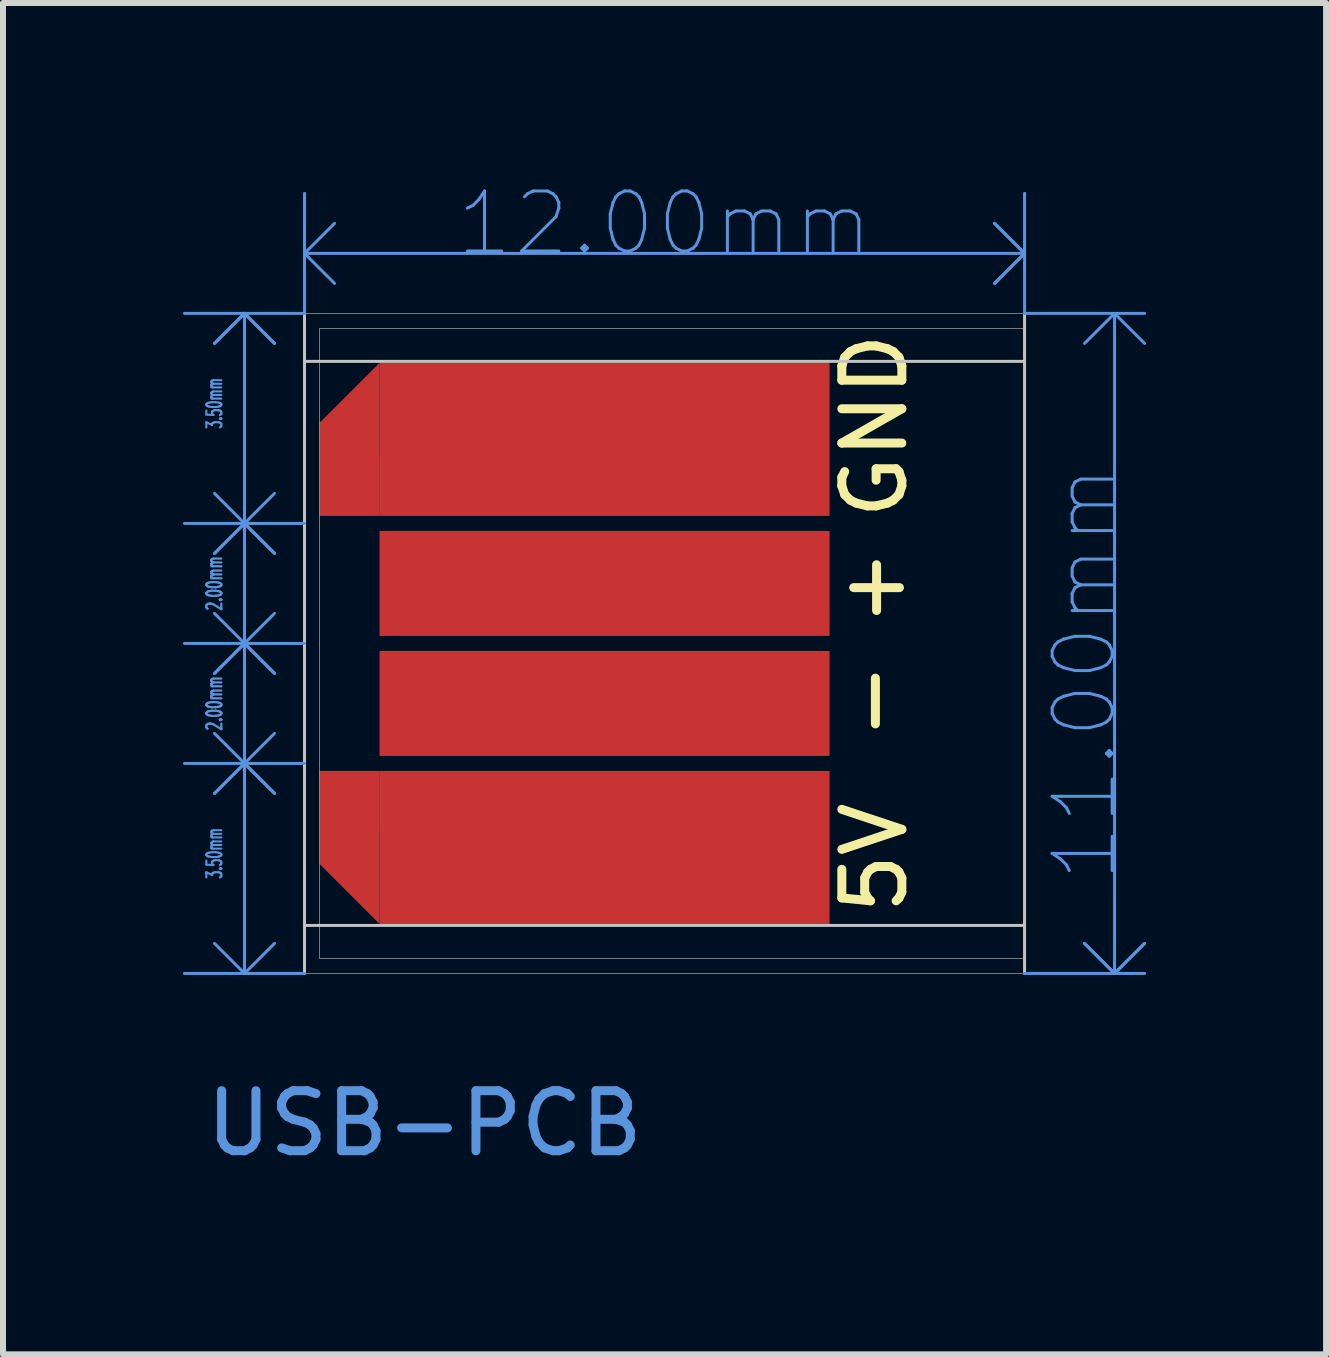
<source format=kicad_pcb>
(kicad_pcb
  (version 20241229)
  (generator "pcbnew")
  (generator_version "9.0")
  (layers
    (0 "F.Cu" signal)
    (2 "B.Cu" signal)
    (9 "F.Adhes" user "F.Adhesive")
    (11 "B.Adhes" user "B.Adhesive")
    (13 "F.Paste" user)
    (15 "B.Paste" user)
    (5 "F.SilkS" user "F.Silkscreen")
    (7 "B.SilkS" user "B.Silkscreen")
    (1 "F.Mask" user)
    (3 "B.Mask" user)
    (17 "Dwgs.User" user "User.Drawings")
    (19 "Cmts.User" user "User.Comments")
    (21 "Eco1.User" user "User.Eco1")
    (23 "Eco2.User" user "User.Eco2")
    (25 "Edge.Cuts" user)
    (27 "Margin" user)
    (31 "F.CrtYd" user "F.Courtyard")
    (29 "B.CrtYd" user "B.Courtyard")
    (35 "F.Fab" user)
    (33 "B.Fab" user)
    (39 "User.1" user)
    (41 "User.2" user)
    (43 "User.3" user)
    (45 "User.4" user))
  (footprint "USB-PCB"
    (layer "F.Cu")
    (at 2.025 13.173)
    (property "Reference" "USB-PCB" (at 2 2.5 0) (layer "Cmts.User") (effects (font (size 1 1) (thickness 0.15))))
    (attr through_hole)
    (fp_line (start 0 0) (end 0 -11) (stroke (width 0.05) (type solid)) (layer "Dwgs.User"))
    (fp_line (start 12 -10.2) (end 0 -10.2) (stroke (width 0.05) (type solid)) (layer "Dwgs.User"))
    (fp_line (start 12 -0.8) (end 0 -0.8) (stroke (width 0.05) (type solid)) (layer "Dwgs.User"))
    (fp_line (start 12 0) (end 12 -11) (stroke (width 0.05) (type solid)) (layer "Dwgs.User"))
    (fp_poly (pts (xy 0 0) (xy 12 0) (xy 12 -0.25) (xy 0.25 -0.25) (xy 0.25 -10.75) (xy 12 -10.75) (xy 12 -11) (xy 0 -11) (xy 0 0)) (stroke (width 0.01) (type solid)) (fill no) (layer "Dwgs.User"))
    (fp_line (start -1.5 -10.5) (end -1 -11) (stroke (width 0.05) (type solid)) (layer "Cmts.User"))
    (fp_line (start -1.5 -7) (end -1 -7.5) (stroke (width 0.05) (type solid)) (layer "Cmts.User"))
    (fp_line (start -1.5 -5) (end -1 -5.5) (stroke (width 0.05) (type solid)) (layer "Cmts.User"))
    (fp_line (start -1.5 -3) (end -1 -3.5) (stroke (width 0.05) (type solid)) (layer "Cmts.User"))
    (fp_line (start -1 -11) (end -1.5 -10.5) (stroke (width 0.05) (type solid)) (layer "Cmts.User"))
    (fp_line (start -1 -11) (end -1 -7.5) (stroke (width 0.05) (type solid)) (layer "Cmts.User"))
    (fp_line (start -1 -11) (end -0.5 -10.5) (stroke (width 0.05) (type solid)) (layer "Cmts.User"))
    (fp_line (start -1 -7.5) (end -1.5 -8) (stroke (width 0.05) (type solid)) (layer "Cmts.User"))
    (fp_line (start -1 -7.5) (end -1.5 -7) (stroke (width 0.05) (type solid)) (layer "Cmts.User"))
    (fp_line (start -1 -7.5) (end -1 -5.5) (stroke (width 0.05) (type solid)) (layer "Cmts.User"))
    (fp_line (start -1 -7.5) (end -0.5 -8) (stroke (width 0.05) (type solid)) (layer "Cmts.User"))
    (fp_line (start -1 -7.5) (end -0.5 -7) (stroke (width 0.05) (type solid)) (layer "Cmts.User"))
    (fp_line (start -1 -5.5) (end -1.5 -6) (stroke (width 0.05) (type solid)) (layer "Cmts.User"))
    (fp_line (start -1 -5.5) (end -1.5 -5) (stroke (width 0.05) (type solid)) (layer "Cmts.User"))
    (fp_line (start -1 -5.5) (end -1 -3.5) (stroke (width 0.05) (type solid)) (layer "Cmts.User"))
    (fp_line (start -1 -5.5) (end -0.5 -6) (stroke (width 0.05) (type solid)) (layer "Cmts.User"))
    (fp_line (start -1 -5.5) (end -0.5 -5) (stroke (width 0.05) (type solid)) (layer "Cmts.User"))
    (fp_line (start -1 -3.5) (end -1.5 -4) (stroke (width 0.05) (type solid)) (layer "Cmts.User"))
    (fp_line (start -1 -3.5) (end -1.5 -3) (stroke (width 0.05) (type solid)) (layer "Cmts.User"))
    (fp_line (start -1 -3.5) (end -1 0) (stroke (width 0.05) (type solid)) (layer "Cmts.User"))
    (fp_line (start -1 -3.5) (end -0.5 -4) (stroke (width 0.05) (type solid)) (layer "Cmts.User"))
    (fp_line (start -1 -3.5) (end -0.5 -3) (stroke (width 0.05) (type solid)) (layer "Cmts.User"))
    (fp_line (start -1 0) (end -1.5 -0.5) (stroke (width 0.05) (type solid)) (layer "Cmts.User"))
    (fp_line (start -1 0) (end -0.5 -0.5) (stroke (width 0.05) (type solid)) (layer "Cmts.User"))
    (fp_line (start -0.5 -10.5) (end -1 -11) (stroke (width 0.05) (type solid)) (layer "Cmts.User"))
    (fp_line (start -0.5 -7) (end -1 -7.5) (stroke (width 0.05) (type solid)) (layer "Cmts.User"))
    (fp_line (start -0.5 -5) (end -1 -5.5) (stroke (width 0.05) (type solid)) (layer "Cmts.User"))
    (fp_line (start -0.5 -3) (end -1 -3.5) (stroke (width 0.05) (type solid)) (layer "Cmts.User"))
    (fp_line (start 0 -12) (end 0.5 -12.5) (stroke (width 0.05) (type solid)) (layer "Cmts.User"))
    (fp_line (start 0 -12) (end 0.5 -11.5) (stroke (width 0.05) (type solid)) (layer "Cmts.User"))
    (fp_line (start 0 -11) (end -2 -11) (stroke (width 0.05) (type solid)) (layer "Cmts.User"))
    (fp_line (start 0 -11) (end 0 -13) (stroke (width 0.05) (type solid)) (layer "Cmts.User"))
    (fp_line (start 0 -7.5) (end -2 -7.5) (stroke (width 0.05) (type solid)) (layer "Cmts.User"))
    (fp_line (start 0 -5.5) (end -2 -5.5) (stroke (width 0.05) (type solid)) (layer "Cmts.User"))
    (fp_line (start 0 -3.5) (end -2 -3.5) (stroke (width 0.05) (type solid)) (layer "Cmts.User"))
    (fp_line (start 0 0) (end -2 0) (stroke (width 0.05) (type solid)) (layer "Cmts.User"))
    (fp_line (start 11.5 -12.5) (end 12 -12) (stroke (width 0.05) (type solid)) (layer "Cmts.User"))
    (fp_line (start 11.5 -11.5) (end 12 -12) (stroke (width 0.05) (type solid)) (layer "Cmts.User"))
    (fp_line (start 12 -12) (end 0 -12) (stroke (width 0.05) (type solid)) (layer "Cmts.User"))
    (fp_line (start 12 -12) (end 11.5 -12.5) (stroke (width 0.05) (type solid)) (layer "Cmts.User"))
    (fp_line (start 12 -12) (end 11.5 -11.5) (stroke (width 0.05) (type solid)) (layer "Cmts.User"))
    (fp_line (start 12 -11) (end 12 -13) (stroke (width 0.05) (type solid)) (layer "Cmts.User"))
    (fp_line (start 12 -11) (end 14 -11) (stroke (width 0.05) (type solid)) (layer "Cmts.User"))
    (fp_line (start 12 0) (end 14 0) (stroke (width 0.05) (type solid)) (layer "Cmts.User"))
    (fp_line (start 13 -0.5) (end 13.5 0) (stroke (width 0.05) (type solid)) (layer "Cmts.User"))
    (fp_line (start 13.5 -11) (end 13 -10.5) (stroke (width 0.05) (type solid)) (layer "Cmts.User"))
    (fp_line (start 13.5 -11) (end 14 -10.5) (stroke (width 0.05) (type solid)) (layer "Cmts.User"))
    (fp_line (start 13.5 0) (end 13 -0.5) (stroke (width 0.05) (type solid)) (layer "Cmts.User"))
    (fp_line (start 13.5 0) (end 13.5 -11) (stroke (width 0.05) (type solid)) (layer "Cmts.User"))
    (fp_line (start 13.5 0) (end 14 -0.5) (stroke (width 0.05) (type solid)) (layer "Cmts.User"))
    (fp_line (start 14 -0.5) (end 13.5 0) (stroke (width 0.05) (type solid)) (layer "Cmts.User"))
    (fp_text user "5V" (at 9.5 -1.925 90) (layer "F.SilkS") (effects (font (size 1 1) (thickness 0.15))))
    (fp_text user "-" (at 9.44 -4.54 90) (layer "F.SilkS") (effects (font (size 1 1) (thickness 0.15))))
    (fp_text user "GND" (at 9.5 -9.125 90) (layer "F.SilkS") (effects (font (size 1 1) (thickness 0.15))))
    (fp_text user "+" (at 9.46 -6.43 90) (layer "F.SilkS") (effects (font (size 1 1) (thickness 0.15))))
    (fp_text user "2.00mm" (at -1.5 -6.5 90) (layer "Cmts.User") (effects (font (size 0.25 0.15) (thickness 0.037))))
    (fp_text user "3.50mm" (at -1.5 -9.5 90) (layer "Cmts.User") (effects (font (size 0.25 0.14) (thickness 0.035))))
    (fp_text user "2.00mm" (at -1.5 -4.5 90) (layer "Cmts.User") (effects (font (size 0.25 0.15) (thickness 0.037))))
    (fp_text user "3.50mm" (at -1.5 -2 90) (layer "Cmts.User") (effects (font (size 0.25 0.14) (thickness 0.035))))
    (fp_text user "11.00mm" (at 13 -5 90) (layer "Cmts.User") (effects (font (size 1 1) (thickness 0.05))))
    (fp_text user "12.00mm" (at 6 -12.5 0) (layer "Cmts.User") (effects (font (size 1 1) (thickness 0.05))))
    (pad "" smd trapezoid (at 1.1 -8.8 180) (size 0.4 0.63) (rect_delta 0.4 0) (layers "F.Mask"))
    (pad "" smd rect (at 1.1 -8.3) (size 0.4 0.6) (layers "F.Mask"))
    (pad "" smd rect (at 1.1 -2.7) (size 0.4 0.6) (layers "F.Mask"))
    (pad "" smd trapezoid (at 1.1 -2.2 180) (size 0.4 0.63) (rect_delta 0.4 0) (layers "F.Mask"))
    (pad "" smd rect (at 5 -8.8) (size 6.6 1.6) (layers "F.Mask"))
    (pad "" smd rect (at 5 -6.5) (size 6.6 1.1) (layers "F.Mask"))
    (pad "" smd rect (at 5 -4.5) (size 6.6 1.1) (layers "F.Mask"))
    (pad "" smd rect (at 5 -2.2) (size 6.6 1.6) (layers "F.Mask"))
    (pad "1" connect rect (at 0.75 -2.875 180) (size 1 1) (layers "F.Cu"))
    (pad "1" connect trapezoid (at 0.75 -2.1 180) (size 1 1.55) (rect_delta 1 0) (layers "F.Cu"))
    (pad "1" connect rect (at 5 -2.1) (size 7.5 2.55) (layers "F.Cu"))
    (pad "2" connect rect (at 5 -4.5) (size 7.5 1.75) (layers "F.Cu"))
    (pad "3" connect rect (at 5 -6.5) (size 7.5 1.75) (layers "F.Cu"))
    (pad "4" connect trapezoid (at 0.75 -8.9 180) (size 1 1.55) (rect_delta 1 0) (layers "F.Cu"))
    (pad "4" connect rect (at 0.75 -8.125 180) (size 1 1) (layers "F.Cu"))
    (pad "4" connect rect (at 5 -8.9) (size 7.5 2.55) (layers "F.Cu")))
  (gr_rect
    (start -3 -3)
    (end 19.05 19.521)
    (stroke (width 0.1) (type default))
    (fill no)
    (layer "Edge.Cuts")))
</source>
